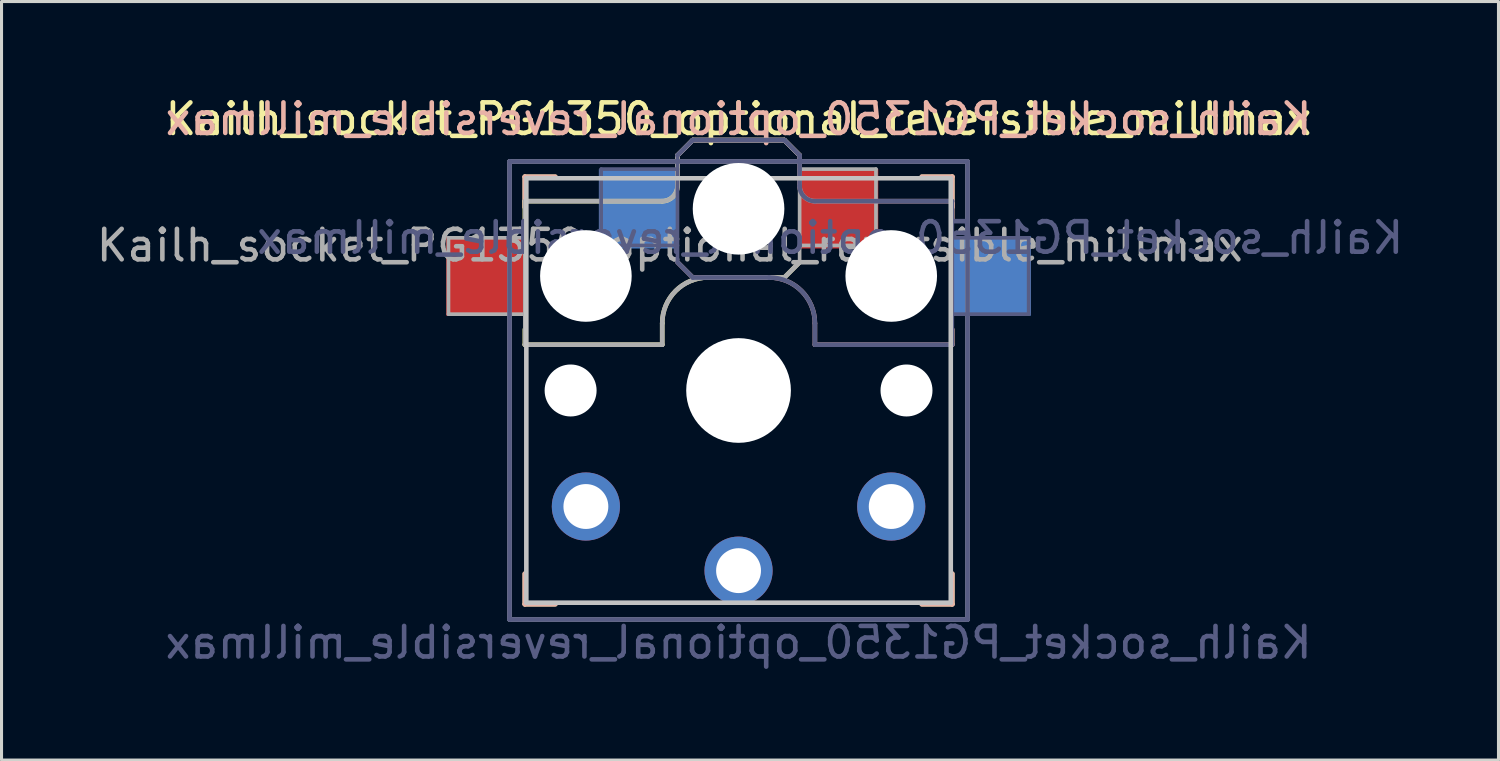
<source format=kicad_pcb>
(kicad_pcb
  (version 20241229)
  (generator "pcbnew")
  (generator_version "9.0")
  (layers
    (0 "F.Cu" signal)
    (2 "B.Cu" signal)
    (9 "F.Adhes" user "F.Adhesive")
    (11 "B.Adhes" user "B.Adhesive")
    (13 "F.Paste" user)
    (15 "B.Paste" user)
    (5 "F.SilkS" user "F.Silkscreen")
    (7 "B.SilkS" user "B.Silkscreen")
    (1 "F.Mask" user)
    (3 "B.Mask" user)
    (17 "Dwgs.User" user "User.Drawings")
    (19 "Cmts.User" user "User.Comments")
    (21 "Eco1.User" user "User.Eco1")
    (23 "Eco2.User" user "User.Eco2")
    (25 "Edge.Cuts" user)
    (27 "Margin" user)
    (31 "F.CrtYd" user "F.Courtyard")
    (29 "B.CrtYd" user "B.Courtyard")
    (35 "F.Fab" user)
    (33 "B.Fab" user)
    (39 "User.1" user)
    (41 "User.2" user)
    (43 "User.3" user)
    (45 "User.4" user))
  (footprint "Kailh_socket_PG1350_optional_reversible_millmax"
    (layer "F.Cu")
    (at 21.137 9.738)
    (property "Reference" "Kailh_socket_PG1350_optional_reversible_millmax" (at 0 -8.89 0) (layer "F.SilkS") (effects (font (size 1 1) (thickness 0.15))))
    (property "Value" "Kailh_socket_PG1350_optional_reversible_millmax" (at 0 8.255 0) (layer "F.Fab") (hide yes) (effects (font (size 1 1) (thickness 0.15))))
    (attr through_hole)
    (fp_line (start -7 -7) (end -6 -7) (stroke (width 0.15) (type solid)) (layer "F.SilkS"))
    (fp_line (start -7 -6.2) (end -2.5 -6.2) (stroke (width 0.15) (type solid)) (layer "F.SilkS"))
    (fp_line (start -7 -6) (end -7 -7) (stroke (width 0.15) (type solid)) (layer "F.SilkS"))
    (fp_line (start -7 -5.6) (end -7 -6.2) (stroke (width 0.15) (type solid)) (layer "F.SilkS"))
    (fp_line (start -7 -1.5) (end -7 -2) (stroke (width 0.15) (type solid)) (layer "F.SilkS"))
    (fp_line (start -7 7) (end -7 6) (stroke (width 0.15) (type solid)) (layer "F.SilkS"))
    (fp_line (start -6 7) (end -7 7) (stroke (width 0.15) (type solid)) (layer "F.SilkS"))
    (fp_line (start -2.5 -2.2) (end -2.5 -1.5) (stroke (width 0.15) (type solid)) (layer "F.SilkS"))
    (fp_line (start -2.5 -1.5) (end -7 -1.5) (stroke (width 0.15) (type solid)) (layer "F.SilkS"))
    (fp_line (start -2 -6.7) (end -2 -7.7) (stroke (width 0.15) (type solid)) (layer "F.SilkS"))
    (fp_line (start -1.5 -8.2) (end -2 -7.7) (stroke (width 0.15) (type solid)) (layer "F.SilkS"))
    (fp_line (start 1.5 -8.2) (end -1.5 -8.2) (stroke (width 0.15) (type solid)) (layer "F.SilkS"))
    (fp_line (start 1.5 -3.7) (end -1 -3.7) (stroke (width 0.15) (type solid)) (layer "F.SilkS"))
    (fp_line (start 2 -7.7) (end 1.5 -8.2) (stroke (width 0.15) (type solid)) (layer "F.SilkS"))
    (fp_line (start 2 -4.2) (end 1.5 -3.7) (stroke (width 0.15) (type solid)) (layer "F.SilkS"))
    (fp_line (start 6 -7) (end 7 -7) (stroke (width 0.15) (type solid)) (layer "F.SilkS"))
    (fp_line (start 7 -7) (end 7 -6) (stroke (width 0.15) (type solid)) (layer "F.SilkS"))
    (fp_line (start 7 6) (end 7 7) (stroke (width 0.15) (type solid)) (layer "F.SilkS"))
    (fp_line (start 7 7) (end 6 7) (stroke (width 0.15) (type solid)) (layer "F.SilkS"))
    (fp_arc (start -2.5 -2.2) (mid -2.06066 -3.26066) (end -1 -3.7) (stroke (width 0.15) (type solid)) (layer "F.SilkS"))
    (fp_arc (start -2 -6.7) (mid -2.146447 -6.346447) (end -2.5 -6.2) (stroke (width 0.15) (type solid)) (layer "F.SilkS"))
    (fp_line (start -7 -7) (end -6 -7) (stroke (width 0.15) (type solid)) (layer "B.SilkS"))
    (fp_line (start -7 -6) (end -7 -7) (stroke (width 0.15) (type solid)) (layer "B.SilkS"))
    (fp_line (start -7 7) (end -7 6) (stroke (width 0.15) (type solid)) (layer "B.SilkS"))
    (fp_line (start -6 7) (end -7 7) (stroke (width 0.15) (type solid)) (layer "B.SilkS"))
    (fp_line (start -2 -7.7) (end -1.5 -8.2) (stroke (width 0.15) (type solid)) (layer "B.SilkS"))
    (fp_line (start -2 -4.2) (end -1.5 -3.7) (stroke (width 0.15) (type solid)) (layer "B.SilkS"))
    (fp_line (start -1.5 -8.2) (end 1.5 -8.2) (stroke (width 0.15) (type solid)) (layer "B.SilkS"))
    (fp_line (start -1.5 -3.7) (end 1 -3.7) (stroke (width 0.15) (type solid)) (layer "B.SilkS"))
    (fp_line (start 1.5 -8.2) (end 2 -7.7) (stroke (width 0.15) (type solid)) (layer "B.SilkS"))
    (fp_line (start 2 -6.7) (end 2 -7.7) (stroke (width 0.15) (type solid)) (layer "B.SilkS"))
    (fp_line (start 2.5 -2.2) (end 2.5 -1.5) (stroke (width 0.15) (type solid)) (layer "B.SilkS"))
    (fp_line (start 2.5 -1.5) (end 7 -1.5) (stroke (width 0.15) (type solid)) (layer "B.SilkS"))
    (fp_line (start 6 -7) (end 7 -7) (stroke (width 0.15) (type solid)) (layer "B.SilkS"))
    (fp_line (start 7 -7) (end 7 -6) (stroke (width 0.15) (type solid)) (layer "B.SilkS"))
    (fp_line (start 7 -6.2) (end 2.5 -6.2) (stroke (width 0.15) (type solid)) (layer "B.SilkS"))
    (fp_line (start 7 -5.6) (end 7 -6.2) (stroke (width 0.15) (type solid)) (layer "B.SilkS"))
    (fp_line (start 7 -1.5) (end 7 -2) (stroke (width 0.15) (type solid)) (layer "B.SilkS"))
    (fp_line (start 7 6) (end 7 7) (stroke (width 0.15) (type solid)) (layer "B.SilkS"))
    (fp_line (start 7 7) (end 6 7) (stroke (width 0.15) (type solid)) (layer "B.SilkS"))
    (fp_arc (start 1 -3.7) (mid 2.06066 -3.26066) (end 2.5 -2.2) (stroke (width 0.15) (type solid)) (layer "B.SilkS"))
    (fp_arc (start 2.5 -6.2) (mid 2.146447 -6.346447) (end 2 -6.7) (stroke (width 0.15) (type solid)) (layer "B.SilkS"))
    (fp_line (start -6.95 6.95) (end -6.95 -6.95) (stroke (width 0.15) (type solid)) (layer "Dwgs.User"))
    (fp_line (start -6.95 6.95) (end 6.95 6.95) (stroke (width 0.15) (type solid)) (layer "Dwgs.User"))
    (fp_line (start 6.95 -6.95) (end -6.95 -6.95) (stroke (width 0.15) (type solid)) (layer "Dwgs.User"))
    (fp_line (start 6.95 -6.95) (end 6.95 6.95) (stroke (width 0.15) (type solid)) (layer "Dwgs.User"))
    (fp_line (start -2.6 -3.1) (end -2.6 -6.3) (stroke (width 0.15) (type solid)) (layer "Eco2.User"))
    (fp_line (start -2.6 -3.1) (end 2.6 -3.1) (stroke (width 0.15) (type solid)) (layer "Eco2.User"))
    (fp_line (start 2.6 -6.3) (end -2.6 -6.3) (stroke (width 0.15) (type solid)) (layer "Eco2.User"))
    (fp_line (start 2.6 -3.1) (end 2.6 -6.3) (stroke (width 0.15) (type solid)) (layer "Eco2.User"))
    (fp_line (start -7.5 -7.5) (end 7.5 -7.5) (stroke (width 0.15) (type solid)) (layer "B.Fab"))
    (fp_line (start -7.5 7.5) (end -7.5 -7.5) (stroke (width 0.15) (type solid)) (layer "B.Fab"))
    (fp_line (start -4.5 -7.25) (end -2 -7.25) (stroke (width 0.12) (type solid)) (layer "B.Fab"))
    (fp_line (start -4.5 -4.75) (end -4.5 -7.25) (stroke (width 0.12) (type solid)) (layer "B.Fab"))
    (fp_line (start -2 -7.7) (end -1.5 -8.2) (stroke (width 0.15) (type solid)) (layer "B.Fab"))
    (fp_line (start -2 -4.75) (end -4.5 -4.75) (stroke (width 0.12) (type solid)) (layer "B.Fab"))
    (fp_line (start -2 -4.25) (end -2 -7.7) (stroke (width 0.12) (type solid)) (layer "B.Fab"))
    (fp_line (start -2 -4.2) (end -1.5 -3.7) (stroke (width 0.15) (type solid)) (layer "B.Fab"))
    (fp_line (start -1.5 -8.2) (end 1.5 -8.2) (stroke (width 0.15) (type solid)) (layer "B.Fab"))
    (fp_line (start -1.5 -3.7) (end 1 -3.7) (stroke (width 0.15) (type solid)) (layer "B.Fab"))
    (fp_line (start 1.5 -8.2) (end 2 -7.7) (stroke (width 0.15) (type solid)) (layer "B.Fab"))
    (fp_line (start 2 -6.7) (end 2 -7.7) (stroke (width 0.15) (type solid)) (layer "B.Fab"))
    (fp_line (start 2.5 -2.2) (end 2.5 -1.5) (stroke (width 0.15) (type solid)) (layer "B.Fab"))
    (fp_line (start 2.5 -1.5) (end 7 -1.5) (stroke (width 0.15) (type solid)) (layer "B.Fab"))
    (fp_line (start 7 -6.2) (end 2.5 -6.2) (stroke (width 0.15) (type solid)) (layer "B.Fab"))
    (fp_line (start 7 -5) (end 9.5 -5) (stroke (width 0.12) (type solid)) (layer "B.Fab"))
    (fp_line (start 7 -1.5) (end 7 -6.2) (stroke (width 0.12) (type solid)) (layer "B.Fab"))
    (fp_line (start 7.5 -7.5) (end 7.5 7.5) (stroke (width 0.15) (type solid)) (layer "B.Fab"))
    (fp_line (start 7.5 7.5) (end -7.5 7.5) (stroke (width 0.15) (type solid)) (layer "B.Fab"))
    (fp_line (start 9.5 -5) (end 9.5 -2.5) (stroke (width 0.12) (type solid)) (layer "B.Fab"))
    (fp_line (start 9.5 -2.5) (end 7 -2.5) (stroke (width 0.12) (type solid)) (layer "B.Fab"))
    (fp_arc (start 1 -3.7) (mid 2.06066 -3.26066) (end 2.5 -2.2) (stroke (width 0.15) (type solid)) (layer "B.Fab"))
    (fp_arc (start 2.5 -6.2) (mid 2.146447 -6.346447) (end 2 -6.7) (stroke (width 0.15) (type solid)) (layer "B.Fab"))
    (fp_line (start -9.5 -5) (end -9.5 -2.5) (stroke (width 0.12) (type solid)) (layer "F.Fab"))
    (fp_line (start -9.5 -2.5) (end -7 -2.5) (stroke (width 0.12) (type solid)) (layer "F.Fab"))
    (fp_line (start -7.5 -7.5) (end 7.5 -7.5) (stroke (width 0.15) (type solid)) (layer "F.Fab"))
    (fp_line (start -7.5 7.5) (end -7.5 -7.5) (stroke (width 0.15) (type solid)) (layer "F.Fab"))
    (fp_line (start -7 -6.2) (end -2.5 -6.2) (stroke (width 0.15) (type solid)) (layer "F.Fab"))
    (fp_line (start -7 -5) (end -9.5 -5) (stroke (width 0.12) (type solid)) (layer "F.Fab"))
    (fp_line (start -7 -1.5) (end -7 -6.2) (stroke (width 0.12) (type solid)) (layer "F.Fab"))
    (fp_line (start -2.5 -2.2) (end -2.5 -1.5) (stroke (width 0.15) (type solid)) (layer "F.Fab"))
    (fp_line (start -2.5 -1.5) (end -7 -1.5) (stroke (width 0.15) (type solid)) (layer "F.Fab"))
    (fp_line (start -2 -6.7) (end -2 -7.7) (stroke (width 0.15) (type solid)) (layer "F.Fab"))
    (fp_line (start -1.5 -8.2) (end -2 -7.7) (stroke (width 0.15) (type solid)) (layer "F.Fab"))
    (fp_line (start 1.5 -8.2) (end -1.5 -8.2) (stroke (width 0.15) (type solid)) (layer "F.Fab"))
    (fp_line (start 1.5 -3.7) (end -1 -3.7) (stroke (width 0.15) (type solid)) (layer "F.Fab"))
    (fp_line (start 2 -7.7) (end 1.5 -8.2) (stroke (width 0.15) (type solid)) (layer "F.Fab"))
    (fp_line (start 2 -4.75) (end 4.5 -4.75) (stroke (width 0.12) (type solid)) (layer "F.Fab"))
    (fp_line (start 2 -4.25) (end 2 -7.7) (stroke (width 0.12) (type solid)) (layer "F.Fab"))
    (fp_line (start 2 -4.2) (end 1.5 -3.7) (stroke (width 0.15) (type solid)) (layer "F.Fab"))
    (fp_line (start 4.5 -7.25) (end 2 -7.25) (stroke (width 0.12) (type solid)) (layer "F.Fab"))
    (fp_line (start 4.5 -4.75) (end 4.5 -7.25) (stroke (width 0.12) (type solid)) (layer "F.Fab"))
    (fp_line (start 7.5 -7.5) (end 7.5 7.5) (stroke (width 0.15) (type solid)) (layer "F.Fab"))
    (fp_line (start 7.5 7.5) (end -7.5 7.5) (stroke (width 0.15) (type solid)) (layer "F.Fab"))
    (fp_arc (start -2.5 -2.2) (mid -2.06066 -3.26066) (end -1 -3.7) (stroke (width 0.15) (type solid)) (layer "F.Fab"))
    (fp_arc (start -2 -6.7) (mid -2.146447 -6.346447) (end -2.5 -6.2) (stroke (width 0.15) (type solid)) (layer "F.Fab"))
    (fp_text user "${REFERENCE}" (at 0 -8.89 0) (layer "B.SilkS") (effects (font (size 1 1) (thickness 0.15)) (justify mirror)))
    (fp_text user "${VALUE}" (at 0 8.255 0) (layer "B.Fab") (effects (font (size 1 1) (thickness 0.15)) (justify mirror)))
    (fp_text user "${REFERENCE}" (at 3 -5 180) (layer "B.Fab") (effects (font (size 1 1) (thickness 0.15)) (justify mirror)))
    (fp_text user "${REFERENCE}" (at -2.25 -4.75 0) (layer "F.Fab") (effects (font (size 1 1) (thickness 0.15))))
    (pad "" np_thru_hole circle (at -5.5 0) (size 1.702 1.702) (drill 1.702) (layers "*.Cu" "*.Mask"))
    (pad "" np_thru_hole circle (at -5 -3.75) (size 3 3) (drill 3) (layers "*.Cu" "*.Mask"))
    (pad "" np_thru_hole circle (at 0 -5.95) (size 3 3) (drill 3) (layers "*.Cu" "*.Mask"))
    (pad "" np_thru_hole circle (at 0 0) (size 3.429 3.429) (drill 3.429) (layers "*.Cu" "*.Mask"))
    (pad "" np_thru_hole circle (at 5 -3.75) (size 3 3) (drill 3) (layers "*.Cu" "*.Mask"))
    (pad "" np_thru_hole circle (at 5.5 0) (size 1.702 1.702) (drill 1.702) (layers "*.Cu" "*.Mask"))
    (pad "1" smd rect (at -3.275 -5.95) (size 2.6 2.6) (layers "B.Cu" "B.Mask" "B.Paste"))
    (pad "1" thru_hole circle (at 0 5.9) (size 2.232 2.232) (drill 1.47) (layers "*.Cu" "*.Mask"))
    (pad "1" smd rect (at 3.275 -5.95) (size 2.6 2.6) (layers "F.Cu" "F.Mask" "F.Paste"))
    (pad "2" smd rect (at -8.275 -3.75) (size 2.6 2.6) (layers "F.Cu" "F.Mask" "F.Paste"))
    (pad "2" thru_hole circle (at -5 3.8) (size 2.232 2.232) (drill 1.47) (layers "*.Cu" "*.Mask"))
    (pad "2" thru_hole circle (at 5 3.8) (size 2.232 2.232) (drill 1.47) (layers "*.Cu" "*.Mask"))
    (pad "2" smd rect (at 8.275 -3.75) (size 2.6 2.6) (layers "B.Cu" "B.Mask" "B.Paste")))
  (gr_rect
    (start -3 -3)
    (end 46.024 21.841)
    (stroke (width 0.1) (type default))
    (fill no)
    (layer "Edge.Cuts")))
</source>
